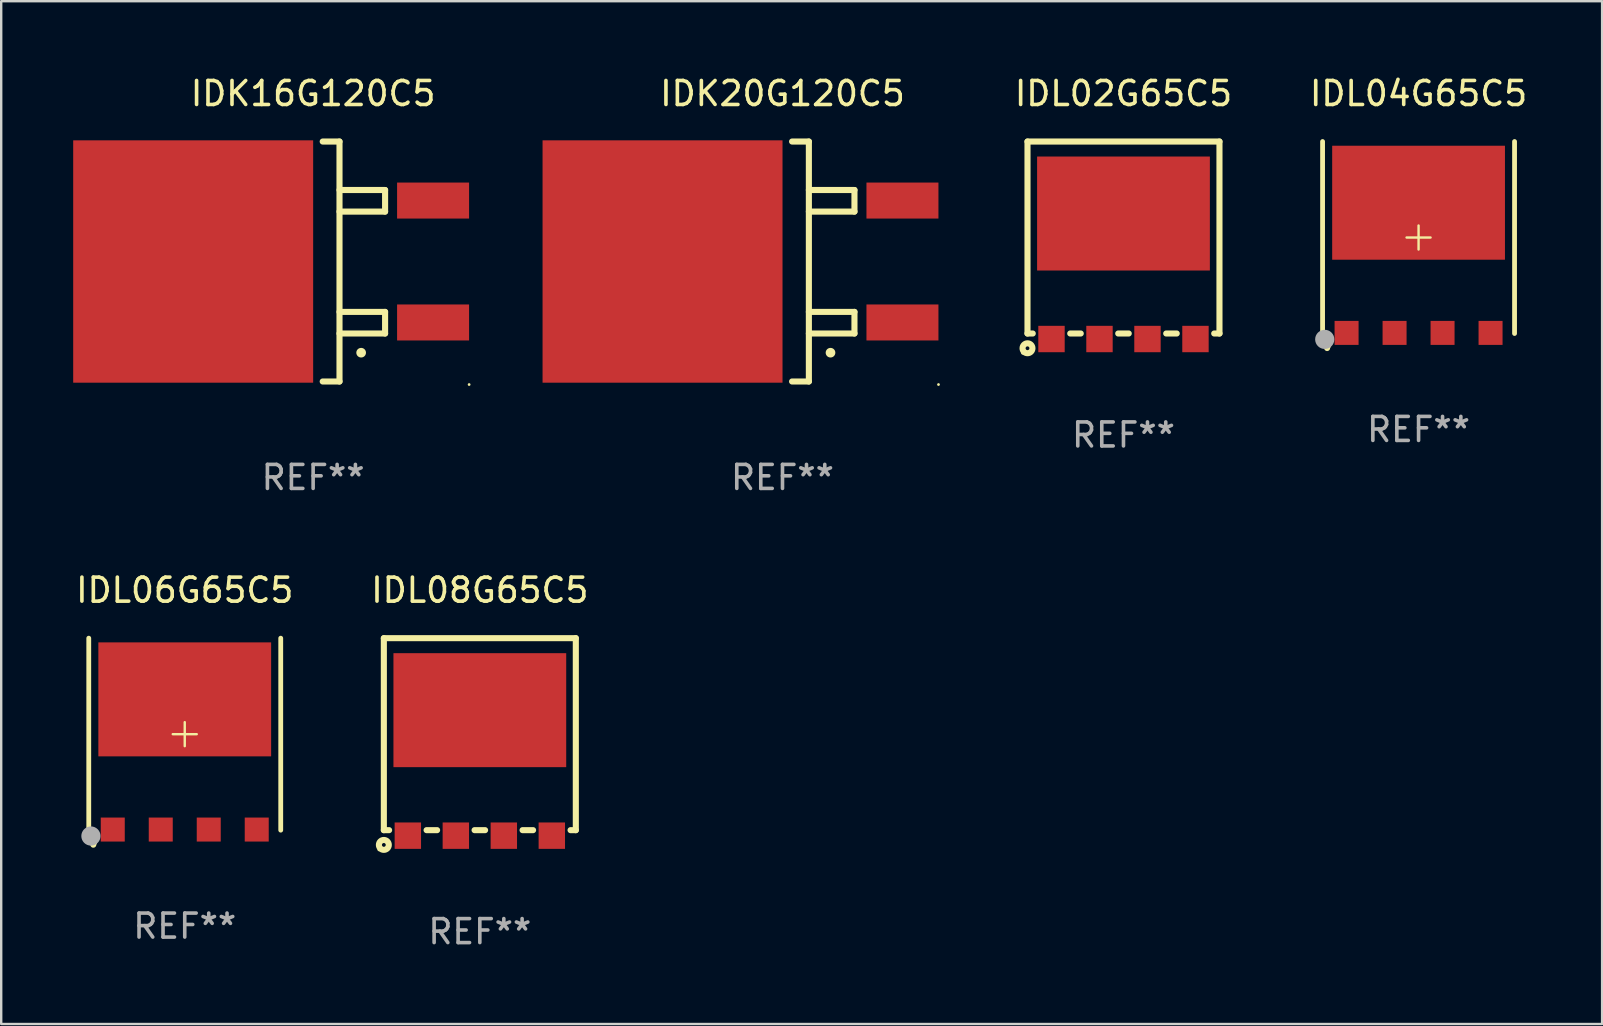
<source format=kicad_pcb>
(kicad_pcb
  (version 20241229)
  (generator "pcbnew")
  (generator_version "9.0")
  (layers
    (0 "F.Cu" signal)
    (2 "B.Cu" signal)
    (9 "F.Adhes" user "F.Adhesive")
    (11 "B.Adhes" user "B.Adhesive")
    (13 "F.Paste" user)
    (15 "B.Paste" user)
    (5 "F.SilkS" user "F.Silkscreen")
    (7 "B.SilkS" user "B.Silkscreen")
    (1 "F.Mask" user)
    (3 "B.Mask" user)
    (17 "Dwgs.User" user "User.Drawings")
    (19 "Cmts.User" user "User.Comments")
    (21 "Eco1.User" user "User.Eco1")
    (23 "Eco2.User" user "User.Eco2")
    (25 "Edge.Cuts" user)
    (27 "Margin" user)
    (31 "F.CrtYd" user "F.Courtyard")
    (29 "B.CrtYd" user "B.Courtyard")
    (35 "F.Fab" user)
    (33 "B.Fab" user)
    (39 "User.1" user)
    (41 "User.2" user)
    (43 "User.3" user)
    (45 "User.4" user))
  (footprint "IDK16G120C5"
    (layer "F.Cu")
    (at 9.999 7.848)
    (property "Reference" "IDK16G120C5" (at 0 -7 0) (layer "F.SilkS") (effects (font (size 1 1) (thickness 0.15))))
    (attr through_hole)
    (fp_line (start 0.399 -5) (end 1.099 -5) (stroke (width 0.254) (type solid)) (layer "F.SilkS"))
    (fp_line (start 1.099 -5) (end 1.099 5) (stroke (width 0.254) (type solid)) (layer "F.SilkS"))
    (fp_line (start 1.099 -2.08) (end 2.999 -2.08) (stroke (width 0.254) (type solid)) (layer "F.SilkS"))
    (fp_line (start 1.099 3) (end 2.999 3) (stroke (width 0.254) (type solid)) (layer "F.SilkS"))
    (fp_line (start 1.099 5) (end 0.399 5) (stroke (width 0.254) (type solid)) (layer "F.SilkS"))
    (fp_line (start 2.999 -2.98) (end 1.099 -2.98) (stroke (width 0.254) (type solid)) (layer "F.SilkS"))
    (fp_line (start 2.999 -2.08) (end 2.999 -2.98) (stroke (width 0.254) (type solid)) (layer "F.SilkS"))
    (fp_line (start 2.999 2.1) (end 1.099 2.1) (stroke (width 0.254) (type solid)) (layer "F.SilkS"))
    (fp_line (start 2.999 3) (end 2.999 2.1) (stroke (width 0.254) (type solid)) (layer "F.SilkS"))
    (fp_arc (start 1.999619 3.799848) (mid 2.000889 3.799844) (end 2.002159 3.799848) (stroke (width 0.4) (type solid)) (layer "F.SilkS"))
    (fp_circle (center 6.501 5.127) (end 6.531 5.127) (stroke (width 0.06) (type solid)) (fill no) (layer "F.SilkS"))
    (fp_text user "REF**" (at 0 9 0) (layer "F.Fab") (effects (font (size 1 1) (thickness 0.15))))
    (pad "1" smd rect (at 4.999 2.54 270) (size 1.5 3) (layers "F.Cu" "F.Mask" "F.Paste"))
    (pad "2" smd rect (at 4.999 -2.54 270) (size 1.5 3) (layers "F.Cu" "F.Mask" "F.Paste"))
    (pad "3" smd rect (at -4.999 0 270) (size 10.1 10) (layers "F.Cu" "F.Mask" "F.Paste")))
  (footprint "IDL04G65C5"
    (layer "F.Cu")
    (at 56.066 6.848)
    (property "Reference" "IDL04G65C5" (at 0 -6 0) (layer "F.SilkS") (effects (font (size 1 1) (thickness 0.15))))
    (attr through_hole)
    (fp_line (start -4 4) (end -4 -4) (stroke (width 0.2) (type solid)) (layer "F.SilkS"))
    (fp_line (start -0.5 0) (end 0.5 0) (stroke (width 0.1) (type solid)) (layer "F.SilkS"))
    (fp_line (start 0 0.5) (end 0 -0.5) (stroke (width 0.1) (type solid)) (layer "F.SilkS"))
    (fp_line (start 4 4) (end 4 -4) (stroke (width 0.2) (type solid)) (layer "F.SilkS"))
    (fp_arc (start -3.81049 4.606731) (mid -3.802622 4.56309) (end -3.78001 4.524943) (stroke (width 0.249936) (type solid)) (layer "F.SilkS"))
    (fp_circle (center -4 3.975) (end -3.97 3.975) (stroke (width 0.06) (type solid)) (fill no) (layer "F.SilkS"))
    (fp_circle (center -3.91 4.245) (end -3.71 4.245) (stroke (width 0.4) (type solid)) (fill no) (layer "F.Fab"))
    (fp_text user "REF**" (at 0 8 0) (layer "F.Fab") (effects (font (size 1 1) (thickness 0.15))))
    (pad "1" smd rect (at -3 3.975) (size 1 1) (layers "F.Cu" "F.Mask" "F.Paste"))
    (pad "2" smd rect (at -1 3.975) (size 1 1) (layers "F.Cu" "F.Mask" "F.Paste"))
    (pad "3" smd rect (at 1 3.975) (size 1 1) (layers "F.Cu" "F.Mask" "F.Paste"))
    (pad "4" smd rect (at 3 3.975) (size 1 1) (layers "F.Cu" "F.Mask" "F.Paste"))
    (pad "5" smd rect (at 0 -1.45) (size 7.2 4.75) (layers "F.Cu" "F.Mask" "F.Paste")))
  (footprint "IDL02G65C5"
    (layer "F.Cu")
    (at 43.769 6.963)
    (property "Reference" "IDL02G65C5" (at 0 -6.115 0) (layer "F.SilkS") (effects (font (size 1 1) (thickness 0.15))))
    (attr through_hole)
    (fp_line (start -4 -4.115) (end 4 -4.115) (stroke (width 0.254) (type solid)) (layer "F.SilkS"))
    (fp_line (start -4 3.885) (end -4 -4.115) (stroke (width 0.254) (type solid)) (layer "F.SilkS"))
    (fp_line (start -4 3.885) (end -3.781 3.885) (stroke (width 0.254) (type solid)) (layer "F.SilkS"))
    (fp_line (start -2.219 3.885) (end -1.781 3.885) (stroke (width 0.254) (type solid)) (layer "F.SilkS"))
    (fp_line (start -0.219 3.885) (end 0.219 3.885) (stroke (width 0.254) (type solid)) (layer "F.SilkS"))
    (fp_line (start 1.781 3.885) (end 2.219 3.885) (stroke (width 0.254) (type solid)) (layer "F.SilkS"))
    (fp_line (start 3.781 3.885) (end 4 3.885) (stroke (width 0.254) (type solid)) (layer "F.SilkS"))
    (fp_line (start 4 -4.115) (end 4 3.885) (stroke (width 0.254) (type solid)) (layer "F.SilkS"))
    (fp_circle (center -4.206 4.706) (end -4.176 4.706) (stroke (width 0.06) (type solid)) (fill no) (layer "F.SilkS"))
    (fp_circle (center -4 4.5) (end -3.921 4.5) (stroke (width 0.254) (type solid)) (fill no) (layer "F.SilkS"))
    (fp_text user "REF**" (at 0 8.115 0) (layer "F.Fab") (effects (font (size 1 1) (thickness 0.15))))
    (pad "1" smd rect (at -3 4.115) (size 1.1 1.1) (layers "F.Cu" "F.Mask" "F.Paste"))
    (pad "2" smd rect (at -1 4.115) (size 1.1 1.1) (layers "F.Cu" "F.Mask" "F.Paste"))
    (pad "3" smd rect (at 1 4.115) (size 1.1 1.1) (layers "F.Cu" "F.Mask" "F.Paste"))
    (pad "4" smd rect (at 3 4.115) (size 1.1 1.1) (layers "F.Cu" "F.Mask" "F.Paste"))
    (pad "5" smd rect (at 0 -1.115 90) (size 4.75 7.2) (layers "F.Cu" "F.Mask" "F.Paste")))
  (footprint "IDL06G65C5"
    (layer "F.Cu")
    (at 4.649 27.545)
    (property "Reference" "IDL06G65C5" (at 0 -6 0) (layer "F.SilkS") (effects (font (size 1 1) (thickness 0.15))))
    (attr through_hole)
    (fp_line (start -4 4) (end -4 -4) (stroke (width 0.2) (type solid)) (layer "F.SilkS"))
    (fp_line (start -0.5 0) (end 0.5 0) (stroke (width 0.1) (type solid)) (layer "F.SilkS"))
    (fp_line (start 0 0.5) (end 0 -0.5) (stroke (width 0.1) (type solid)) (layer "F.SilkS"))
    (fp_line (start 4 4) (end 4 -4) (stroke (width 0.2) (type solid)) (layer "F.SilkS"))
    (fp_arc (start -3.81049 4.606731) (mid -3.802622 4.56309) (end -3.78001 4.524943) (stroke (width 0.249936) (type solid)) (layer "F.SilkS"))
    (fp_circle (center -4 3.975) (end -3.97 3.975) (stroke (width 0.06) (type solid)) (fill no) (layer "F.SilkS"))
    (fp_circle (center -3.91 4.245) (end -3.71 4.245) (stroke (width 0.4) (type solid)) (fill no) (layer "F.Fab"))
    (fp_text user "REF**" (at 0 8 0) (layer "F.Fab") (effects (font (size 1 1) (thickness 0.15))))
    (pad "1" smd rect (at -3 3.975) (size 1 1) (layers "F.Cu" "F.Mask" "F.Paste"))
    (pad "2" smd rect (at -1 3.975) (size 1 1) (layers "F.Cu" "F.Mask" "F.Paste"))
    (pad "3" smd rect (at 1 3.975) (size 1 1) (layers "F.Cu" "F.Mask" "F.Paste"))
    (pad "4" smd rect (at 3 3.975) (size 1 1) (layers "F.Cu" "F.Mask" "F.Paste"))
    (pad "5" smd rect (at 0 -1.45) (size 7.2 4.75) (layers "F.Cu" "F.Mask" "F.Paste")))
  (footprint "IDK20G120C5"
    (layer "F.Cu")
    (at 29.559 7.848)
    (property "Reference" "IDK20G120C5" (at 0 -7 0) (layer "F.SilkS") (effects (font (size 1 1) (thickness 0.15))))
    (attr through_hole)
    (fp_line (start 0.399 -5) (end 1.099 -5) (stroke (width 0.254) (type solid)) (layer "F.SilkS"))
    (fp_line (start 1.099 -5) (end 1.099 5) (stroke (width 0.254) (type solid)) (layer "F.SilkS"))
    (fp_line (start 1.099 -2.08) (end 2.999 -2.08) (stroke (width 0.254) (type solid)) (layer "F.SilkS"))
    (fp_line (start 1.099 3) (end 2.999 3) (stroke (width 0.254) (type solid)) (layer "F.SilkS"))
    (fp_line (start 1.099 5) (end 0.399 5) (stroke (width 0.254) (type solid)) (layer "F.SilkS"))
    (fp_line (start 2.999 -2.98) (end 1.099 -2.98) (stroke (width 0.254) (type solid)) (layer "F.SilkS"))
    (fp_line (start 2.999 -2.08) (end 2.999 -2.98) (stroke (width 0.254) (type solid)) (layer "F.SilkS"))
    (fp_line (start 2.999 2.1) (end 1.099 2.1) (stroke (width 0.254) (type solid)) (layer "F.SilkS"))
    (fp_line (start 2.999 3) (end 2.999 2.1) (stroke (width 0.254) (type solid)) (layer "F.SilkS"))
    (fp_arc (start 1.999619 3.799848) (mid 2.000889 3.799844) (end 2.002159 3.799848) (stroke (width 0.4) (type solid)) (layer "F.SilkS"))
    (fp_circle (center 6.501 5.127) (end 6.531 5.127) (stroke (width 0.06) (type solid)) (fill no) (layer "F.SilkS"))
    (fp_text user "REF**" (at 0 9 0) (layer "F.Fab") (effects (font (size 1 1) (thickness 0.15))))
    (pad "1" smd rect (at 4.999 2.54 270) (size 1.5 3) (layers "F.Cu" "F.Mask" "F.Paste"))
    (pad "2" smd rect (at 4.999 -2.54 270) (size 1.5 3) (layers "F.Cu" "F.Mask" "F.Paste"))
    (pad "3" smd rect (at -4.999 0 270) (size 10.1 10) (layers "F.Cu" "F.Mask" "F.Paste")))
  (footprint "IDL08G65C5"
    (layer "F.Cu")
    (at 16.946 27.66)
    (property "Reference" "IDL08G65C5" (at 0 -6.115 0) (layer "F.SilkS") (effects (font (size 1 1) (thickness 0.15))))
    (attr through_hole)
    (fp_line (start -4 -4.115) (end 4 -4.115) (stroke (width 0.254) (type solid)) (layer "F.SilkS"))
    (fp_line (start -4 3.885) (end -4 -4.115) (stroke (width 0.254) (type solid)) (layer "F.SilkS"))
    (fp_line (start -4 3.885) (end -3.781 3.885) (stroke (width 0.254) (type solid)) (layer "F.SilkS"))
    (fp_line (start -2.219 3.885) (end -1.781 3.885) (stroke (width 0.254) (type solid)) (layer "F.SilkS"))
    (fp_line (start -0.219 3.885) (end 0.219 3.885) (stroke (width 0.254) (type solid)) (layer "F.SilkS"))
    (fp_line (start 1.781 3.885) (end 2.219 3.885) (stroke (width 0.254) (type solid)) (layer "F.SilkS"))
    (fp_line (start 3.781 3.885) (end 4 3.885) (stroke (width 0.254) (type solid)) (layer "F.SilkS"))
    (fp_line (start 4 -4.115) (end 4 3.885) (stroke (width 0.254) (type solid)) (layer "F.SilkS"))
    (fp_circle (center -4.206 4.706) (end -4.176 4.706) (stroke (width 0.06) (type solid)) (fill no) (layer "F.SilkS"))
    (fp_circle (center -4 4.5) (end -3.921 4.5) (stroke (width 0.254) (type solid)) (fill no) (layer "F.SilkS"))
    (fp_text user "REF**" (at 0 8.115 0) (layer "F.Fab") (effects (font (size 1 1) (thickness 0.15))))
    (pad "1" smd rect (at -3 4.115) (size 1.1 1.1) (layers "F.Cu" "F.Mask" "F.Paste"))
    (pad "2" smd rect (at -1 4.115) (size 1.1 1.1) (layers "F.Cu" "F.Mask" "F.Paste"))
    (pad "3" smd rect (at 1 4.115) (size 1.1 1.1) (layers "F.Cu" "F.Mask" "F.Paste"))
    (pad "4" smd rect (at 3 4.115) (size 1.1 1.1) (layers "F.Cu" "F.Mask" "F.Paste"))
    (pad "5" smd rect (at 0 -1.115 90) (size 4.75 7.2) (layers "F.Cu" "F.Mask" "F.Paste")))
  (gr_rect
    (start -3 -3)
    (end 63.715 39.623)
    (stroke (width 0.1) (type default))
    (fill no)
    (layer "Edge.Cuts")))
</source>
